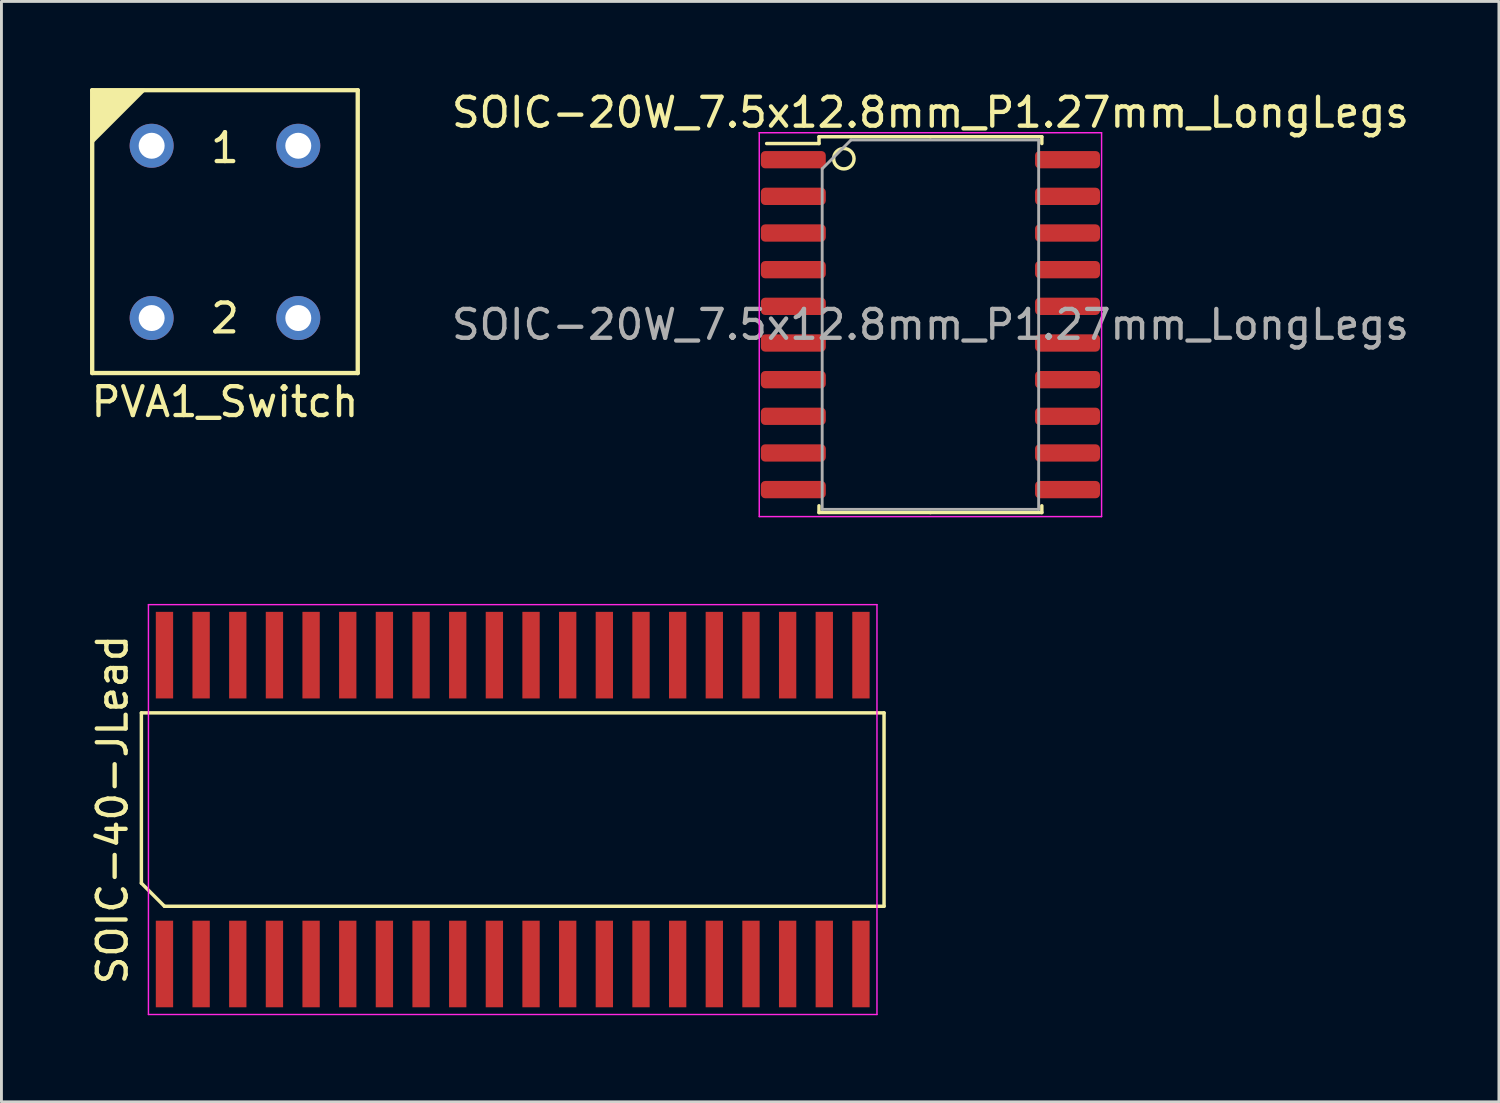
<source format=kicad_pcb>
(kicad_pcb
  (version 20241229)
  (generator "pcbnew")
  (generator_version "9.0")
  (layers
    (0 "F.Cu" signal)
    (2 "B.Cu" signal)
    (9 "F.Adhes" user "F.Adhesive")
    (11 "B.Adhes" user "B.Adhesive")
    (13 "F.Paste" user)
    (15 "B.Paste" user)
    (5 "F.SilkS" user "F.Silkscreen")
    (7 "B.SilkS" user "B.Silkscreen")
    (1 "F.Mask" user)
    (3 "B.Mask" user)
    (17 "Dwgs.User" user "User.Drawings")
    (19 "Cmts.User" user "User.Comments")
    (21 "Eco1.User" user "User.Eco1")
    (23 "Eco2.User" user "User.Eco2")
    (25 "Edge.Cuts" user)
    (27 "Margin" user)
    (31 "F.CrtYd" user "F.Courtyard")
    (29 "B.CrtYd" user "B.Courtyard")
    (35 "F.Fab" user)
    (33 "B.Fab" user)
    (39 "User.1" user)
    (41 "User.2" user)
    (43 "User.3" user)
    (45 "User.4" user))
  (footprint "PVA1_Switch"
    (layer "F.Cu")
    (at 4.744 5.175)
    (property "Reference" "PVA1_Switch" (at 0 5.7 0) (layer "F.SilkS") (effects (font (size 1 1) (thickness 0.15))))
    (attr through_hole)
    (fp_line (start -4.6 -5.1) (end 4.6 -5.1) (stroke (width 0.15) (type solid)) (layer "F.SilkS"))
    (fp_line (start -4.6 4.7) (end -4.6 -5.1) (stroke (width 0.15) (type solid)) (layer "F.SilkS"))
    (fp_line (start 4.6 -5.1) (end 4.6 4.7) (stroke (width 0.15) (type solid)) (layer "F.SilkS"))
    (fp_line (start 4.6 4.7) (end -4.6 4.7) (stroke (width 0.15) (type solid)) (layer "F.SilkS"))
    (fp_poly (pts (xy -2.8 -5.1) (xy -4.6 -3.3) (xy -4.6 -5.1)) (stroke (width 0.1) (type solid)) (fill yes) (layer "F.SilkS"))
    (fp_text user "2" (at 0 2.8 0) (layer "F.SilkS") (effects (font (size 1 1) (thickness 0.15))))
    (fp_text user "1" (at 0 -3.1 0) (layer "F.SilkS") (effects (font (size 1 1) (thickness 0.15))))
    (pad "1" thru_hole circle (at -2.54 -3.175) (size 1.524 1.524) (drill 0.9) (layers "*.Cu" "*.Mask"))
    (pad "1" thru_hole circle (at 2.54 -3.175) (size 1.524 1.524) (drill 0.9) (layers "*.Cu" "*.Mask"))
    (pad "2" thru_hole circle (at -2.54 2.794) (size 1.524 1.524) (drill 0.9) (layers "*.Cu" "*.Mask"))
    (pad "2" thru_hole circle (at 2.54 2.794) (size 1.524 1.524) (drill 0.9) (layers "*.Cu" "*.Mask")))
  (footprint "SOIC-40-JLead"
    (layer "F.Cu")
    (at 14.713 24.998)
    (property "Reference" "SOIC-40-JLead" (at -13.865 0 90) (layer "F.SilkS") (effects (font (size 1 1) (thickness 0.15))))
    (attr smd)
    (fp_line (start -12.865 -3.35) (end 12.865 -3.35) (stroke (width 0.12) (type solid)) (layer "F.SilkS"))
    (fp_line (start -12.865 2.55) (end -12.865 -3.35) (stroke (width 0.12) (type solid)) (layer "F.SilkS"))
    (fp_line (start -12.065 3.35) (end -12.865 2.55) (stroke (width 0.12) (type solid)) (layer "F.SilkS"))
    (fp_line (start 12.865 -3.35) (end 12.865 3.35) (stroke (width 0.12) (type solid)) (layer "F.SilkS"))
    (fp_line (start 12.865 3.35) (end -12.065 3.35) (stroke (width 0.12) (type solid)) (layer "F.SilkS"))
    (fp_line (start -12.62 -7.1) (end 12.62 -7.1) (stroke (width 0.05) (type solid)) (layer "F.CrtYd"))
    (fp_line (start -12.62 7.1) (end -12.62 -7.1) (stroke (width 0.05) (type solid)) (layer "F.CrtYd"))
    (fp_line (start 12.62 -7.1) (end 12.62 7.1) (stroke (width 0.05) (type solid)) (layer "F.CrtYd"))
    (fp_line (start 12.62 7.1) (end -12.62 7.1) (stroke (width 0.05) (type solid)) (layer "F.CrtYd"))
    (pad "1" smd rect (at -12.065 5.35) (size 0.6 3) (layers "F.Cu" "F.Mask" "F.Paste"))
    (pad "2" smd rect (at -10.795 5.35) (size 0.6 3) (layers "F.Cu" "F.Mask" "F.Paste"))
    (pad "3" smd rect (at -9.525 5.35) (size 0.6 3) (layers "F.Cu" "F.Mask" "F.Paste"))
    (pad "4" smd rect (at -8.255 5.35) (size 0.6 3) (layers "F.Cu" "F.Mask" "F.Paste"))
    (pad "5" smd rect (at -6.985 5.35) (size 0.6 3) (layers "F.Cu" "F.Mask" "F.Paste"))
    (pad "6" smd rect (at -5.715 5.35) (size 0.6 3) (layers "F.Cu" "F.Mask" "F.Paste"))
    (pad "7" smd rect (at -4.445 5.35) (size 0.6 3) (layers "F.Cu" "F.Mask" "F.Paste"))
    (pad "8" smd rect (at -3.175 5.35) (size 0.6 3) (layers "F.Cu" "F.Mask" "F.Paste"))
    (pad "9" smd rect (at -1.905 5.35) (size 0.6 3) (layers "F.Cu" "F.Mask" "F.Paste"))
    (pad "10" smd rect (at -0.635 5.35) (size 0.6 3) (layers "F.Cu" "F.Mask" "F.Paste"))
    (pad "11" smd rect (at 0.635 5.35) (size 0.6 3) (layers "F.Cu" "F.Mask" "F.Paste"))
    (pad "12" smd rect (at 1.905 5.35) (size 0.6 3) (layers "F.Cu" "F.Mask" "F.Paste"))
    (pad "13" smd rect (at 3.175 5.35) (size 0.6 3) (layers "F.Cu" "F.Mask" "F.Paste"))
    (pad "14" smd rect (at 4.445 5.35) (size 0.6 3) (layers "F.Cu" "F.Mask" "F.Paste"))
    (pad "15" smd rect (at 5.715 5.35) (size 0.6 3) (layers "F.Cu" "F.Mask" "F.Paste"))
    (pad "16" smd rect (at 6.985 5.35) (size 0.6 3) (layers "F.Cu" "F.Mask" "F.Paste"))
    (pad "17" smd rect (at 8.255 5.35) (size 0.6 3) (layers "F.Cu" "F.Mask" "F.Paste"))
    (pad "18" smd rect (at 9.525 5.35) (size 0.6 3) (layers "F.Cu" "F.Mask" "F.Paste"))
    (pad "19" smd rect (at 10.795 5.35) (size 0.6 3) (layers "F.Cu" "F.Mask" "F.Paste"))
    (pad "20" smd rect (at 12.065 5.35) (size 0.6 3) (layers "F.Cu" "F.Mask" "F.Paste"))
    (pad "21" smd rect (at 12.065 -5.35) (size 0.6 3) (layers "F.Cu" "F.Mask" "F.Paste"))
    (pad "22" smd rect (at 10.795 -5.35) (size 0.6 3) (layers "F.Cu" "F.Mask" "F.Paste"))
    (pad "23" smd rect (at 9.525 -5.35) (size 0.6 3) (layers "F.Cu" "F.Mask" "F.Paste"))
    (pad "24" smd rect (at 8.255 -5.35) (size 0.6 3) (layers "F.Cu" "F.Mask" "F.Paste"))
    (pad "25" smd rect (at 6.985 -5.35) (size 0.6 3) (layers "F.Cu" "F.Mask" "F.Paste"))
    (pad "26" smd rect (at 5.715 -5.35) (size 0.6 3) (layers "F.Cu" "F.Mask" "F.Paste"))
    (pad "27" smd rect (at 4.445 -5.35) (size 0.6 3) (layers "F.Cu" "F.Mask" "F.Paste"))
    (pad "28" smd rect (at 3.175 -5.35) (size 0.6 3) (layers "F.Cu" "F.Mask" "F.Paste"))
    (pad "29" smd rect (at 1.905 -5.35) (size 0.6 3) (layers "F.Cu" "F.Mask" "F.Paste"))
    (pad "30" smd rect (at 0.635 -5.35) (size 0.6 3) (layers "F.Cu" "F.Mask" "F.Paste"))
    (pad "31" smd rect (at -0.635 -5.35) (size 0.6 3) (layers "F.Cu" "F.Mask" "F.Paste"))
    (pad "32" smd rect (at -1.905 -5.35) (size 0.6 3) (layers "F.Cu" "F.Mask" "F.Paste"))
    (pad "33" smd rect (at -3.175 -5.35) (size 0.6 3) (layers "F.Cu" "F.Mask" "F.Paste"))
    (pad "34" smd rect (at -4.445 -5.35) (size 0.6 3) (layers "F.Cu" "F.Mask" "F.Paste"))
    (pad "35" smd rect (at -5.715 -5.35) (size 0.6 3) (layers "F.Cu" "F.Mask" "F.Paste"))
    (pad "36" smd rect (at -6.985 -5.35) (size 0.6 3) (layers "F.Cu" "F.Mask" "F.Paste"))
    (pad "37" smd rect (at -8.255 -5.35) (size 0.6 3) (layers "F.Cu" "F.Mask" "F.Paste"))
    (pad "38" smd rect (at -9.525 -5.35) (size 0.6 3) (layers "F.Cu" "F.Mask" "F.Paste"))
    (pad "39" smd rect (at -10.795 -5.35) (size 0.6 3) (layers "F.Cu" "F.Mask" "F.Paste"))
    (pad "40" smd rect (at -12.065 -5.35) (size 0.6 3) (layers "F.Cu" "F.Mask" "F.Paste")))
  (footprint "SOIC-20W_7.5x12.8mm_P1.27mm_LongLegs"
    (layer "F.Cu")
    (at 29.185 8.198)
    (property "Reference" "SOIC-20W_7.5x12.8mm_P1.27mm_LongLegs" (at 0 -7.35 0) (layer "F.SilkS") (effects (font (size 1 1) (thickness 0.15))))
    (attr smd)
    (fp_line (start -3.86 -6.51) (end -3.86 -6.275) (stroke (width 0.12) (type solid)) (layer "F.SilkS"))
    (fp_line (start -3.86 -6.275) (end -5.675 -6.275) (stroke (width 0.12) (type solid)) (layer "F.SilkS"))
    (fp_line (start -3.86 6.51) (end -3.86 6.275) (stroke (width 0.12) (type solid)) (layer "F.SilkS"))
    (fp_line (start 0 -6.51) (end -3.86 -6.51) (stroke (width 0.12) (type solid)) (layer "F.SilkS"))
    (fp_line (start 0 -6.51) (end 3.86 -6.51) (stroke (width 0.12) (type solid)) (layer "F.SilkS"))
    (fp_line (start 0 6.51) (end -3.86 6.51) (stroke (width 0.12) (type solid)) (layer "F.SilkS"))
    (fp_line (start 0 6.51) (end 3.86 6.51) (stroke (width 0.12) (type solid)) (layer "F.SilkS"))
    (fp_line (start 3.86 -6.51) (end 3.86 -6.275) (stroke (width 0.12) (type solid)) (layer "F.SilkS"))
    (fp_line (start 3.86 6.51) (end 3.86 6.275) (stroke (width 0.12) (type solid)) (layer "F.SilkS"))
    (fp_circle (center -3 -5.75) (end -3.25 -6) (stroke (width 0.12) (type solid)) (fill no) (layer "F.SilkS"))
    (fp_line (start -5.93 -6.65) (end -5.93 6.65) (stroke (width 0.05) (type solid)) (layer "F.CrtYd"))
    (fp_line (start -5.93 6.65) (end 5.93 6.65) (stroke (width 0.05) (type solid)) (layer "F.CrtYd"))
    (fp_line (start 5.93 -6.65) (end -5.93 -6.65) (stroke (width 0.05) (type solid)) (layer "F.CrtYd"))
    (fp_line (start 5.93 6.65) (end 5.93 -6.65) (stroke (width 0.05) (type solid)) (layer "F.CrtYd"))
    (fp_line (start -3.75 -5.4) (end -2.75 -6.4) (stroke (width 0.1) (type solid)) (layer "F.Fab"))
    (fp_line (start -3.75 6.4) (end -3.75 -5.4) (stroke (width 0.1) (type solid)) (layer "F.Fab"))
    (fp_line (start -2.75 -6.4) (end 3.75 -6.4) (stroke (width 0.1) (type solid)) (layer "F.Fab"))
    (fp_line (start 3.75 -6.4) (end 3.75 6.4) (stroke (width 0.1) (type solid)) (layer "F.Fab"))
    (fp_line (start 3.75 6.4) (end -3.75 6.4) (stroke (width 0.1) (type solid)) (layer "F.Fab"))
    (fp_text user "${REFERENCE}" (at 0 0 0) (layer "F.Fab") (effects (font (size 1 1) (thickness 0.15))))
    (pad "1" smd roundrect (at -4.75 -5.715) (size 2.25 0.6) (layers "F.Cu" "F.Mask" "F.Paste") (roundrect_rratio 0.25))
    (pad "2" smd roundrect (at -4.75 -4.445) (size 2.25 0.6) (layers "F.Cu" "F.Mask" "F.Paste") (roundrect_rratio 0.25))
    (pad "3" smd roundrect (at -4.75 -3.175) (size 2.25 0.6) (layers "F.Cu" "F.Mask" "F.Paste") (roundrect_rratio 0.25))
    (pad "4" smd roundrect (at -4.75 -1.905) (size 2.25 0.6) (layers "F.Cu" "F.Mask" "F.Paste") (roundrect_rratio 0.25))
    (pad "5" smd roundrect (at -4.75 -0.635) (size 2.25 0.6) (layers "F.Cu" "F.Mask" "F.Paste") (roundrect_rratio 0.25))
    (pad "6" smd roundrect (at -4.75 0.635) (size 2.25 0.6) (layers "F.Cu" "F.Mask" "F.Paste") (roundrect_rratio 0.25))
    (pad "7" smd roundrect (at -4.75 1.905) (size 2.25 0.6) (layers "F.Cu" "F.Mask" "F.Paste") (roundrect_rratio 0.25))
    (pad "8" smd roundrect (at -4.75 3.175) (size 2.25 0.6) (layers "F.Cu" "F.Mask" "F.Paste") (roundrect_rratio 0.25))
    (pad "9" smd roundrect (at -4.75 4.445) (size 2.25 0.6) (layers "F.Cu" "F.Mask" "F.Paste") (roundrect_rratio 0.25))
    (pad "10" smd roundrect (at -4.75 5.715) (size 2.25 0.6) (layers "F.Cu" "F.Mask" "F.Paste") (roundrect_rratio 0.25))
    (pad "11" smd roundrect (at 4.75 5.715) (size 2.25 0.6) (layers "F.Cu" "F.Mask" "F.Paste") (roundrect_rratio 0.25))
    (pad "12" smd roundrect (at 4.75 4.445) (size 2.25 0.6) (layers "F.Cu" "F.Mask" "F.Paste") (roundrect_rratio 0.25))
    (pad "13" smd roundrect (at 4.75 3.175) (size 2.25 0.6) (layers "F.Cu" "F.Mask" "F.Paste") (roundrect_rratio 0.25))
    (pad "14" smd roundrect (at 4.75 1.905) (size 2.25 0.6) (layers "F.Cu" "F.Mask" "F.Paste") (roundrect_rratio 0.25))
    (pad "15" smd roundrect (at 4.75 0.635) (size 2.25 0.6) (layers "F.Cu" "F.Mask" "F.Paste") (roundrect_rratio 0.25))
    (pad "16" smd roundrect (at 4.75 -0.635) (size 2.25 0.6) (layers "F.Cu" "F.Mask" "F.Paste") (roundrect_rratio 0.25))
    (pad "17" smd roundrect (at 4.75 -1.905) (size 2.25 0.6) (layers "F.Cu" "F.Mask" "F.Paste") (roundrect_rratio 0.25))
    (pad "18" smd roundrect (at 4.75 -3.175) (size 2.25 0.6) (layers "F.Cu" "F.Mask" "F.Paste") (roundrect_rratio 0.25))
    (pad "19" smd roundrect (at 4.75 -4.445) (size 2.25 0.6) (layers "F.Cu" "F.Mask" "F.Paste") (roundrect_rratio 0.25))
    (pad "20" smd roundrect (at 4.75 -5.715) (size 2.25 0.6) (layers "F.Cu" "F.Mask" "F.Paste") (roundrect_rratio 0.25)))
  (gr_rect
    (start -3 -3)
    (end 48.881 35.123)
    (stroke (width 0.1) (type default))
    (fill no)
    (layer "Edge.Cuts")))
</source>
